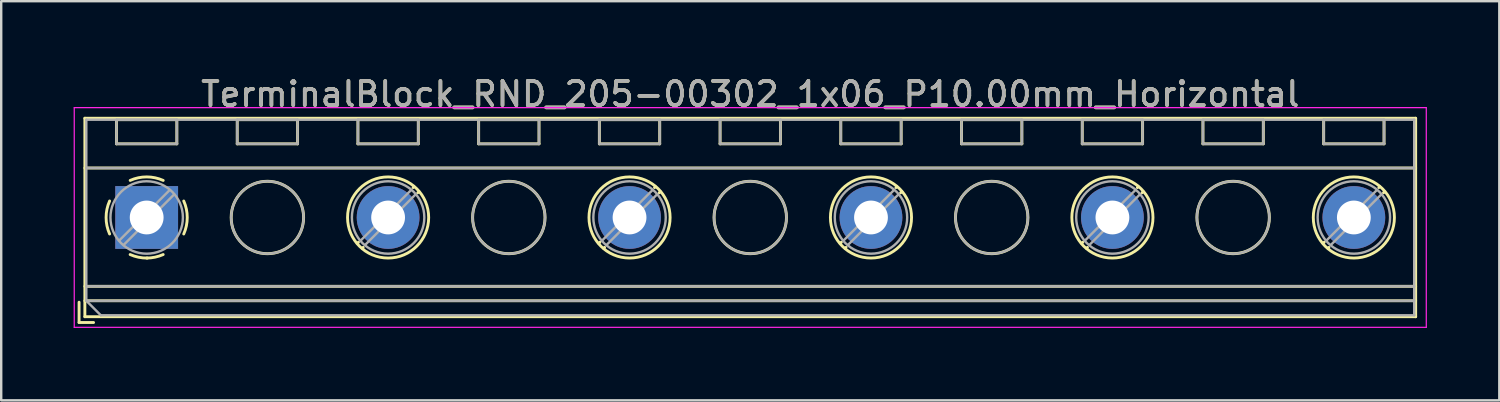
<source format=kicad_pcb>
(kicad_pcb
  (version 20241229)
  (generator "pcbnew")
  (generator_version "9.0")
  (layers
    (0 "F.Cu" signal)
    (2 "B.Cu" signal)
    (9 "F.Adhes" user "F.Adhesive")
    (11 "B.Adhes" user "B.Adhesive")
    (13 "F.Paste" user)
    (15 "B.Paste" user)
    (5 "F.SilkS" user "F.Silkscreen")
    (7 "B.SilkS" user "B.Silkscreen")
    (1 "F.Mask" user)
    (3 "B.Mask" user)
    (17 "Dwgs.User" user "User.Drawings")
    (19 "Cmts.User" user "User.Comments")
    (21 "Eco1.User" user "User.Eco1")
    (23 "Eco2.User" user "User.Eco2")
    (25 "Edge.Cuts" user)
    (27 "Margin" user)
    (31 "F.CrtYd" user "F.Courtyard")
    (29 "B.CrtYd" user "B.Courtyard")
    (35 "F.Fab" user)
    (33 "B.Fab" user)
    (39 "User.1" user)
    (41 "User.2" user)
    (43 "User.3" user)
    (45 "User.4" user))
  (footprint "TerminalBlock_RND_205-00302_1x06_P10.00mm_Horizontal"
    (layer "F.Cu")
    (at 3.025 5.958)
    (property "Reference" "TerminalBlock_RND_205-00302_1x06_P10.00mm_Horizontal" (at 25 -5.11 0) (layer "F.SilkS") (effects (font (size 1 1) (thickness 0.15))))
    (attr through_hole)
    (fp_line (start -2.8 3.51) (end -2.8 4.35) (stroke (width 0.12) (type solid)) (layer "F.SilkS"))
    (fp_line (start -2.8 4.35) (end -2.2 4.35) (stroke (width 0.12) (type solid)) (layer "F.SilkS"))
    (fp_line (start -2.56 -4.11) (end -2.56 4.11) (stroke (width 0.12) (type solid)) (layer "F.SilkS"))
    (fp_line (start -2.56 -4.11) (end 52.56 -4.11) (stroke (width 0.12) (type solid)) (layer "F.SilkS"))
    (fp_line (start -2.56 -2.05) (end 52.56 -2.05) (stroke (width 0.12) (type solid)) (layer "F.SilkS"))
    (fp_line (start -2.56 2.85) (end 52.56 2.85) (stroke (width 0.12) (type solid)) (layer "F.SilkS"))
    (fp_line (start -2.56 3.45) (end 52.56 3.45) (stroke (width 0.12) (type solid)) (layer "F.SilkS"))
    (fp_line (start -2.56 4.11) (end 52.56 4.11) (stroke (width 0.12) (type solid)) (layer "F.SilkS"))
    (fp_line (start -1.25 -4.05) (end -1.25 -3.05) (stroke (width 0.12) (type solid)) (layer "F.SilkS"))
    (fp_line (start -1.25 -4.05) (end 1.25 -4.05) (stroke (width 0.12) (type solid)) (layer "F.SilkS"))
    (fp_line (start -1.25 -3.05) (end 1.25 -3.05) (stroke (width 0.12) (type solid)) (layer "F.SilkS"))
    (fp_line (start 1.25 -4.05) (end 1.25 -3.05) (stroke (width 0.12) (type solid)) (layer "F.SilkS"))
    (fp_line (start 3.75 -4.05) (end 3.75 -3.05) (stroke (width 0.12) (type solid)) (layer "F.SilkS"))
    (fp_line (start 3.75 -4.05) (end 6.25 -4.05) (stroke (width 0.12) (type solid)) (layer "F.SilkS"))
    (fp_line (start 3.75 -3.05) (end 6.25 -3.05) (stroke (width 0.12) (type solid)) (layer "F.SilkS"))
    (fp_line (start 6.25 -4.05) (end 6.25 -3.05) (stroke (width 0.12) (type solid)) (layer "F.SilkS"))
    (fp_line (start 8.75 -4.05) (end 8.75 -3.05) (stroke (width 0.12) (type solid)) (layer "F.SilkS"))
    (fp_line (start 8.75 -4.05) (end 11.25 -4.05) (stroke (width 0.12) (type solid)) (layer "F.SilkS"))
    (fp_line (start 8.75 -3.05) (end 11.25 -3.05) (stroke (width 0.12) (type solid)) (layer "F.SilkS"))
    (fp_line (start 8.773 1.023) (end 8.726 1.069) (stroke (width 0.12) (type solid)) (layer "F.SilkS"))
    (fp_line (start 8.966 1.239) (end 8.931 1.274) (stroke (width 0.12) (type solid)) (layer "F.SilkS"))
    (fp_line (start 11.07 -1.275) (end 11.035 -1.239) (stroke (width 0.12) (type solid)) (layer "F.SilkS"))
    (fp_line (start 11.25 -4.05) (end 11.25 -3.05) (stroke (width 0.12) (type solid)) (layer "F.SilkS"))
    (fp_line (start 11.275 -1.069) (end 11.228 -1.023) (stroke (width 0.12) (type solid)) (layer "F.SilkS"))
    (fp_line (start 13.75 -4.05) (end 13.75 -3.05) (stroke (width 0.12) (type solid)) (layer "F.SilkS"))
    (fp_line (start 13.75 -4.05) (end 16.25 -4.05) (stroke (width 0.12) (type solid)) (layer "F.SilkS"))
    (fp_line (start 13.75 -3.05) (end 16.25 -3.05) (stroke (width 0.12) (type solid)) (layer "F.SilkS"))
    (fp_line (start 16.25 -4.05) (end 16.25 -3.05) (stroke (width 0.12) (type solid)) (layer "F.SilkS"))
    (fp_line (start 18.75 -4.05) (end 18.75 -3.05) (stroke (width 0.12) (type solid)) (layer "F.SilkS"))
    (fp_line (start 18.75 -4.05) (end 21.25 -4.05) (stroke (width 0.12) (type solid)) (layer "F.SilkS"))
    (fp_line (start 18.75 -3.05) (end 21.25 -3.05) (stroke (width 0.12) (type solid)) (layer "F.SilkS"))
    (fp_line (start 18.773 1.023) (end 18.726 1.069) (stroke (width 0.12) (type solid)) (layer "F.SilkS"))
    (fp_line (start 18.966 1.239) (end 18.931 1.274) (stroke (width 0.12) (type solid)) (layer "F.SilkS"))
    (fp_line (start 21.07 -1.275) (end 21.035 -1.239) (stroke (width 0.12) (type solid)) (layer "F.SilkS"))
    (fp_line (start 21.25 -4.05) (end 21.25 -3.05) (stroke (width 0.12) (type solid)) (layer "F.SilkS"))
    (fp_line (start 21.275 -1.069) (end 21.228 -1.023) (stroke (width 0.12) (type solid)) (layer "F.SilkS"))
    (fp_line (start 23.75 -4.05) (end 23.75 -3.05) (stroke (width 0.12) (type solid)) (layer "F.SilkS"))
    (fp_line (start 23.75 -4.05) (end 26.25 -4.05) (stroke (width 0.12) (type solid)) (layer "F.SilkS"))
    (fp_line (start 23.75 -3.05) (end 26.25 -3.05) (stroke (width 0.12) (type solid)) (layer "F.SilkS"))
    (fp_line (start 26.25 -4.05) (end 26.25 -3.05) (stroke (width 0.12) (type solid)) (layer "F.SilkS"))
    (fp_line (start 28.75 -4.05) (end 28.75 -3.05) (stroke (width 0.12) (type solid)) (layer "F.SilkS"))
    (fp_line (start 28.75 -4.05) (end 31.25 -4.05) (stroke (width 0.12) (type solid)) (layer "F.SilkS"))
    (fp_line (start 28.75 -3.05) (end 31.25 -3.05) (stroke (width 0.12) (type solid)) (layer "F.SilkS"))
    (fp_line (start 28.773 1.023) (end 28.726 1.069) (stroke (width 0.12) (type solid)) (layer "F.SilkS"))
    (fp_line (start 28.966 1.239) (end 28.931 1.274) (stroke (width 0.12) (type solid)) (layer "F.SilkS"))
    (fp_line (start 31.07 -1.275) (end 31.035 -1.239) (stroke (width 0.12) (type solid)) (layer "F.SilkS"))
    (fp_line (start 31.25 -4.05) (end 31.25 -3.05) (stroke (width 0.12) (type solid)) (layer "F.SilkS"))
    (fp_line (start 31.275 -1.069) (end 31.228 -1.023) (stroke (width 0.12) (type solid)) (layer "F.SilkS"))
    (fp_line (start 33.75 -4.05) (end 33.75 -3.05) (stroke (width 0.12) (type solid)) (layer "F.SilkS"))
    (fp_line (start 33.75 -4.05) (end 36.25 -4.05) (stroke (width 0.12) (type solid)) (layer "F.SilkS"))
    (fp_line (start 33.75 -3.05) (end 36.25 -3.05) (stroke (width 0.12) (type solid)) (layer "F.SilkS"))
    (fp_line (start 36.25 -4.05) (end 36.25 -3.05) (stroke (width 0.12) (type solid)) (layer "F.SilkS"))
    (fp_line (start 38.75 -4.05) (end 38.75 -3.05) (stroke (width 0.12) (type solid)) (layer "F.SilkS"))
    (fp_line (start 38.75 -4.05) (end 41.25 -4.05) (stroke (width 0.12) (type solid)) (layer "F.SilkS"))
    (fp_line (start 38.75 -3.05) (end 41.25 -3.05) (stroke (width 0.12) (type solid)) (layer "F.SilkS"))
    (fp_line (start 38.773 1.023) (end 38.726 1.069) (stroke (width 0.12) (type solid)) (layer "F.SilkS"))
    (fp_line (start 38.966 1.239) (end 38.931 1.274) (stroke (width 0.12) (type solid)) (layer "F.SilkS"))
    (fp_line (start 41.07 -1.275) (end 41.035 -1.239) (stroke (width 0.12) (type solid)) (layer "F.SilkS"))
    (fp_line (start 41.25 -4.05) (end 41.25 -3.05) (stroke (width 0.12) (type solid)) (layer "F.SilkS"))
    (fp_line (start 41.275 -1.069) (end 41.228 -1.023) (stroke (width 0.12) (type solid)) (layer "F.SilkS"))
    (fp_line (start 43.75 -4.05) (end 43.75 -3.05) (stroke (width 0.12) (type solid)) (layer "F.SilkS"))
    (fp_line (start 43.75 -4.05) (end 46.25 -4.05) (stroke (width 0.12) (type solid)) (layer "F.SilkS"))
    (fp_line (start 43.75 -3.05) (end 46.25 -3.05) (stroke (width 0.12) (type solid)) (layer "F.SilkS"))
    (fp_line (start 46.25 -4.05) (end 46.25 -3.05) (stroke (width 0.12) (type solid)) (layer "F.SilkS"))
    (fp_line (start 48.75 -4.05) (end 48.75 -3.05) (stroke (width 0.12) (type solid)) (layer "F.SilkS"))
    (fp_line (start 48.75 -4.05) (end 51.25 -4.05) (stroke (width 0.12) (type solid)) (layer "F.SilkS"))
    (fp_line (start 48.75 -3.05) (end 51.25 -3.05) (stroke (width 0.12) (type solid)) (layer "F.SilkS"))
    (fp_line (start 48.773 1.023) (end 48.726 1.069) (stroke (width 0.12) (type solid)) (layer "F.SilkS"))
    (fp_line (start 48.966 1.239) (end 48.931 1.274) (stroke (width 0.12) (type solid)) (layer "F.SilkS"))
    (fp_line (start 51.07 -1.275) (end 51.035 -1.239) (stroke (width 0.12) (type solid)) (layer "F.SilkS"))
    (fp_line (start 51.25 -4.05) (end 51.25 -3.05) (stroke (width 0.12) (type solid)) (layer "F.SilkS"))
    (fp_line (start 51.275 -1.069) (end 51.228 -1.023) (stroke (width 0.12) (type solid)) (layer "F.SilkS"))
    (fp_line (start 52.56 -4.11) (end 52.56 4.11) (stroke (width 0.12) (type solid)) (layer "F.SilkS"))
    (fp_arc (start -1.535427 0.683042) (mid -1.680501 -0.000524) (end -1.535 -0.684) (stroke (width 0.12) (type solid)) (layer "F.SilkS"))
    (fp_arc (start -0.683042 -1.535427) (mid 0.000524 -1.680501) (end 0.684 -1.535) (stroke (width 0.12) (type solid)) (layer "F.SilkS"))
    (fp_arc (start 0.028805 1.680253) (mid -0.335551 1.646659) (end -0.684 1.535) (stroke (width 0.12) (type solid)) (layer "F.SilkS"))
    (fp_arc (start 0.683318 1.534756) (mid 0.349292 1.643288) (end 0 1.68) (stroke (width 0.12) (type solid)) (layer "F.SilkS"))
    (fp_arc (start 1.535427 -0.683042) (mid 1.680501 0.000524) (end 1.535 0.684) (stroke (width 0.12) (type solid)) (layer "F.SilkS"))
    (fp_circle (center 5 0) (end 6.5 0) (stroke (width 0.12) (type solid)) (fill no) (layer "F.SilkS"))
    (fp_circle (center 10 0) (end 11.68 0) (stroke (width 0.12) (type solid)) (fill no) (layer "F.SilkS"))
    (fp_circle (center 15 0) (end 16.5 0) (stroke (width 0.12) (type solid)) (fill no) (layer "F.SilkS"))
    (fp_circle (center 20 0) (end 21.68 0) (stroke (width 0.12) (type solid)) (fill no) (layer "F.SilkS"))
    (fp_circle (center 25 0) (end 26.5 0) (stroke (width 0.12) (type solid)) (fill no) (layer "F.SilkS"))
    (fp_circle (center 30 0) (end 31.68 0) (stroke (width 0.12) (type solid)) (fill no) (layer "F.SilkS"))
    (fp_circle (center 35 0) (end 36.5 0) (stroke (width 0.12) (type solid)) (fill no) (layer "F.SilkS"))
    (fp_circle (center 40 0) (end 41.68 0) (stroke (width 0.12) (type solid)) (fill no) (layer "F.SilkS"))
    (fp_circle (center 45 0) (end 46.5 0) (stroke (width 0.12) (type solid)) (fill no) (layer "F.SilkS"))
    (fp_circle (center 50 0) (end 51.68 0) (stroke (width 0.12) (type solid)) (fill no) (layer "F.SilkS"))
    (fp_line (start -3 -4.55) (end -3 4.55) (stroke (width 0.05) (type solid)) (layer "F.CrtYd"))
    (fp_line (start -3 4.55) (end 53 4.55) (stroke (width 0.05) (type solid)) (layer "F.CrtYd"))
    (fp_line (start 53 -4.55) (end -3 -4.55) (stroke (width 0.05) (type solid)) (layer "F.CrtYd"))
    (fp_line (start 53 4.55) (end 53 -4.55) (stroke (width 0.05) (type solid)) (layer "F.CrtYd"))
    (fp_line (start -2.5 -4.05) (end 52.5 -4.05) (stroke (width 0.1) (type solid)) (layer "F.Fab"))
    (fp_line (start -2.5 -2.05) (end 52.5 -2.05) (stroke (width 0.1) (type solid)) (layer "F.Fab"))
    (fp_line (start -2.5 2.85) (end 52.5 2.85) (stroke (width 0.1) (type solid)) (layer "F.Fab"))
    (fp_line (start -2.5 3.45) (end -2.5 -4.05) (stroke (width 0.1) (type solid)) (layer "F.Fab"))
    (fp_line (start -2.5 3.45) (end 52.5 3.45) (stroke (width 0.1) (type solid)) (layer "F.Fab"))
    (fp_line (start -1.9 4.05) (end -2.5 3.45) (stroke (width 0.1) (type solid)) (layer "F.Fab"))
    (fp_line (start -1.25 -4.05) (end -1.25 -3.05) (stroke (width 0.1) (type solid)) (layer "F.Fab"))
    (fp_line (start -1.25 -3.05) (end 1.25 -3.05) (stroke (width 0.1) (type solid)) (layer "F.Fab"))
    (fp_line (start 0.955 -1.138) (end -1.138 0.955) (stroke (width 0.1) (type solid)) (layer "F.Fab"))
    (fp_line (start 1.138 -0.955) (end -0.955 1.138) (stroke (width 0.1) (type solid)) (layer "F.Fab"))
    (fp_line (start 1.25 -4.05) (end -1.25 -4.05) (stroke (width 0.1) (type solid)) (layer "F.Fab"))
    (fp_line (start 1.25 -3.05) (end 1.25 -4.05) (stroke (width 0.1) (type solid)) (layer "F.Fab"))
    (fp_line (start 3.75 -4.05) (end 3.75 -3.05) (stroke (width 0.1) (type solid)) (layer "F.Fab"))
    (fp_line (start 3.75 -3.05) (end 6.25 -3.05) (stroke (width 0.1) (type solid)) (layer "F.Fab"))
    (fp_line (start 6.25 -4.05) (end 3.75 -4.05) (stroke (width 0.1) (type solid)) (layer "F.Fab"))
    (fp_line (start 6.25 -3.05) (end 6.25 -4.05) (stroke (width 0.1) (type solid)) (layer "F.Fab"))
    (fp_line (start 8.75 -4.05) (end 8.75 -3.05) (stroke (width 0.1) (type solid)) (layer "F.Fab"))
    (fp_line (start 8.75 -3.05) (end 11.25 -3.05) (stroke (width 0.1) (type solid)) (layer "F.Fab"))
    (fp_line (start 10.955 -1.138) (end 8.863 0.955) (stroke (width 0.1) (type solid)) (layer "F.Fab"))
    (fp_line (start 11.138 -0.955) (end 9.046 1.138) (stroke (width 0.1) (type solid)) (layer "F.Fab"))
    (fp_line (start 11.25 -4.05) (end 8.75 -4.05) (stroke (width 0.1) (type solid)) (layer "F.Fab"))
    (fp_line (start 11.25 -3.05) (end 11.25 -4.05) (stroke (width 0.1) (type solid)) (layer "F.Fab"))
    (fp_line (start 13.75 -4.05) (end 13.75 -3.05) (stroke (width 0.1) (type solid)) (layer "F.Fab"))
    (fp_line (start 13.75 -3.05) (end 16.25 -3.05) (stroke (width 0.1) (type solid)) (layer "F.Fab"))
    (fp_line (start 16.25 -4.05) (end 13.75 -4.05) (stroke (width 0.1) (type solid)) (layer "F.Fab"))
    (fp_line (start 16.25 -3.05) (end 16.25 -4.05) (stroke (width 0.1) (type solid)) (layer "F.Fab"))
    (fp_line (start 18.75 -4.05) (end 18.75 -3.05) (stroke (width 0.1) (type solid)) (layer "F.Fab"))
    (fp_line (start 18.75 -3.05) (end 21.25 -3.05) (stroke (width 0.1) (type solid)) (layer "F.Fab"))
    (fp_line (start 20.955 -1.138) (end 18.863 0.955) (stroke (width 0.1) (type solid)) (layer "F.Fab"))
    (fp_line (start 21.138 -0.955) (end 19.046 1.138) (stroke (width 0.1) (type solid)) (layer "F.Fab"))
    (fp_line (start 21.25 -4.05) (end 18.75 -4.05) (stroke (width 0.1) (type solid)) (layer "F.Fab"))
    (fp_line (start 21.25 -3.05) (end 21.25 -4.05) (stroke (width 0.1) (type solid)) (layer "F.Fab"))
    (fp_line (start 23.75 -4.05) (end 23.75 -3.05) (stroke (width 0.1) (type solid)) (layer "F.Fab"))
    (fp_line (start 23.75 -3.05) (end 26.25 -3.05) (stroke (width 0.1) (type solid)) (layer "F.Fab"))
    (fp_line (start 26.25 -4.05) (end 23.75 -4.05) (stroke (width 0.1) (type solid)) (layer "F.Fab"))
    (fp_line (start 26.25 -3.05) (end 26.25 -4.05) (stroke (width 0.1) (type solid)) (layer "F.Fab"))
    (fp_line (start 28.75 -4.05) (end 28.75 -3.05) (stroke (width 0.1) (type solid)) (layer "F.Fab"))
    (fp_line (start 28.75 -3.05) (end 31.25 -3.05) (stroke (width 0.1) (type solid)) (layer "F.Fab"))
    (fp_line (start 30.955 -1.138) (end 28.863 0.955) (stroke (width 0.1) (type solid)) (layer "F.Fab"))
    (fp_line (start 31.138 -0.955) (end 29.046 1.138) (stroke (width 0.1) (type solid)) (layer "F.Fab"))
    (fp_line (start 31.25 -4.05) (end 28.75 -4.05) (stroke (width 0.1) (type solid)) (layer "F.Fab"))
    (fp_line (start 31.25 -3.05) (end 31.25 -4.05) (stroke (width 0.1) (type solid)) (layer "F.Fab"))
    (fp_line (start 33.75 -4.05) (end 33.75 -3.05) (stroke (width 0.1) (type solid)) (layer "F.Fab"))
    (fp_line (start 33.75 -3.05) (end 36.25 -3.05) (stroke (width 0.1) (type solid)) (layer "F.Fab"))
    (fp_line (start 36.25 -4.05) (end 33.75 -4.05) (stroke (width 0.1) (type solid)) (layer "F.Fab"))
    (fp_line (start 36.25 -3.05) (end 36.25 -4.05) (stroke (width 0.1) (type solid)) (layer "F.Fab"))
    (fp_line (start 38.75 -4.05) (end 38.75 -3.05) (stroke (width 0.1) (type solid)) (layer "F.Fab"))
    (fp_line (start 38.75 -3.05) (end 41.25 -3.05) (stroke (width 0.1) (type solid)) (layer "F.Fab"))
    (fp_line (start 40.955 -1.138) (end 38.863 0.955) (stroke (width 0.1) (type solid)) (layer "F.Fab"))
    (fp_line (start 41.138 -0.955) (end 39.046 1.138) (stroke (width 0.1) (type solid)) (layer "F.Fab"))
    (fp_line (start 41.25 -4.05) (end 38.75 -4.05) (stroke (width 0.1) (type solid)) (layer "F.Fab"))
    (fp_line (start 41.25 -3.05) (end 41.25 -4.05) (stroke (width 0.1) (type solid)) (layer "F.Fab"))
    (fp_line (start 43.75 -4.05) (end 43.75 -3.05) (stroke (width 0.1) (type solid)) (layer "F.Fab"))
    (fp_line (start 43.75 -3.05) (end 46.25 -3.05) (stroke (width 0.1) (type solid)) (layer "F.Fab"))
    (fp_line (start 46.25 -4.05) (end 43.75 -4.05) (stroke (width 0.1) (type solid)) (layer "F.Fab"))
    (fp_line (start 46.25 -3.05) (end 46.25 -4.05) (stroke (width 0.1) (type solid)) (layer "F.Fab"))
    (fp_line (start 48.75 -4.05) (end 48.75 -3.05) (stroke (width 0.1) (type solid)) (layer "F.Fab"))
    (fp_line (start 48.75 -3.05) (end 51.25 -3.05) (stroke (width 0.1) (type solid)) (layer "F.Fab"))
    (fp_line (start 50.955 -1.138) (end 48.863 0.955) (stroke (width 0.1) (type solid)) (layer "F.Fab"))
    (fp_line (start 51.138 -0.955) (end 49.046 1.138) (stroke (width 0.1) (type solid)) (layer "F.Fab"))
    (fp_line (start 51.25 -4.05) (end 48.75 -4.05) (stroke (width 0.1) (type solid)) (layer "F.Fab"))
    (fp_line (start 51.25 -3.05) (end 51.25 -4.05) (stroke (width 0.1) (type solid)) (layer "F.Fab"))
    (fp_line (start 52.5 -4.05) (end 52.5 4.05) (stroke (width 0.1) (type solid)) (layer "F.Fab"))
    (fp_line (start 52.5 4.05) (end -1.9 4.05) (stroke (width 0.1) (type solid)) (layer "F.Fab"))
    (fp_circle (center 0 0) (end 1.5 0) (stroke (width 0.1) (type solid)) (fill no) (layer "F.Fab"))
    (fp_circle (center 5 0) (end 6.5 0) (stroke (width 0.1) (type solid)) (fill no) (layer "F.Fab"))
    (fp_circle (center 10 0) (end 11.5 0) (stroke (width 0.1) (type solid)) (fill no) (layer "F.Fab"))
    (fp_circle (center 15 0) (end 16.5 0) (stroke (width 0.1) (type solid)) (fill no) (layer "F.Fab"))
    (fp_circle (center 20 0) (end 21.5 0) (stroke (width 0.1) (type solid)) (fill no) (layer "F.Fab"))
    (fp_circle (center 25 0) (end 26.5 0) (stroke (width 0.1) (type solid)) (fill no) (layer "F.Fab"))
    (fp_circle (center 30 0) (end 31.5 0) (stroke (width 0.1) (type solid)) (fill no) (layer "F.Fab"))
    (fp_circle (center 35 0) (end 36.5 0) (stroke (width 0.1) (type solid)) (fill no) (layer "F.Fab"))
    (fp_circle (center 40 0) (end 41.5 0) (stroke (width 0.1) (type solid)) (fill no) (layer "F.Fab"))
    (fp_circle (center 45 0) (end 46.5 0) (stroke (width 0.1) (type solid)) (fill no) (layer "F.Fab"))
    (fp_circle (center 50 0) (end 51.5 0) (stroke (width 0.1) (type solid)) (fill no) (layer "F.Fab"))
    (fp_text user "${REFERENCE}" (at 25 -5.11 0) (layer "F.Fab") (effects (font (size 1 1) (thickness 0.15))))
    (pad "1" thru_hole rect (at 0 0) (size 2.6 2.6) (drill 1.4) (layers "*.Cu" "*.Mask"))
    (pad "2" thru_hole circle (at 10 0) (size 2.6 2.6) (drill 1.4) (layers "*.Cu" "*.Mask"))
    (pad "3" thru_hole circle (at 20 0) (size 2.6 2.6) (drill 1.4) (layers "*.Cu" "*.Mask"))
    (pad "4" thru_hole circle (at 30 0) (size 2.6 2.6) (drill 1.4) (layers "*.Cu" "*.Mask"))
    (pad "5" thru_hole circle (at 40 0) (size 2.6 2.6) (drill 1.4) (layers "*.Cu" "*.Mask"))
    (pad "6" thru_hole circle (at 50 0) (size 2.6 2.6) (drill 1.4) (layers "*.Cu" "*.Mask")))
  (gr_rect
    (start -3 -3)
    (end 59.05 13.533)
    (stroke (width 0.1) (type default))
    (fill no)
    (layer "Edge.Cuts")))
</source>
